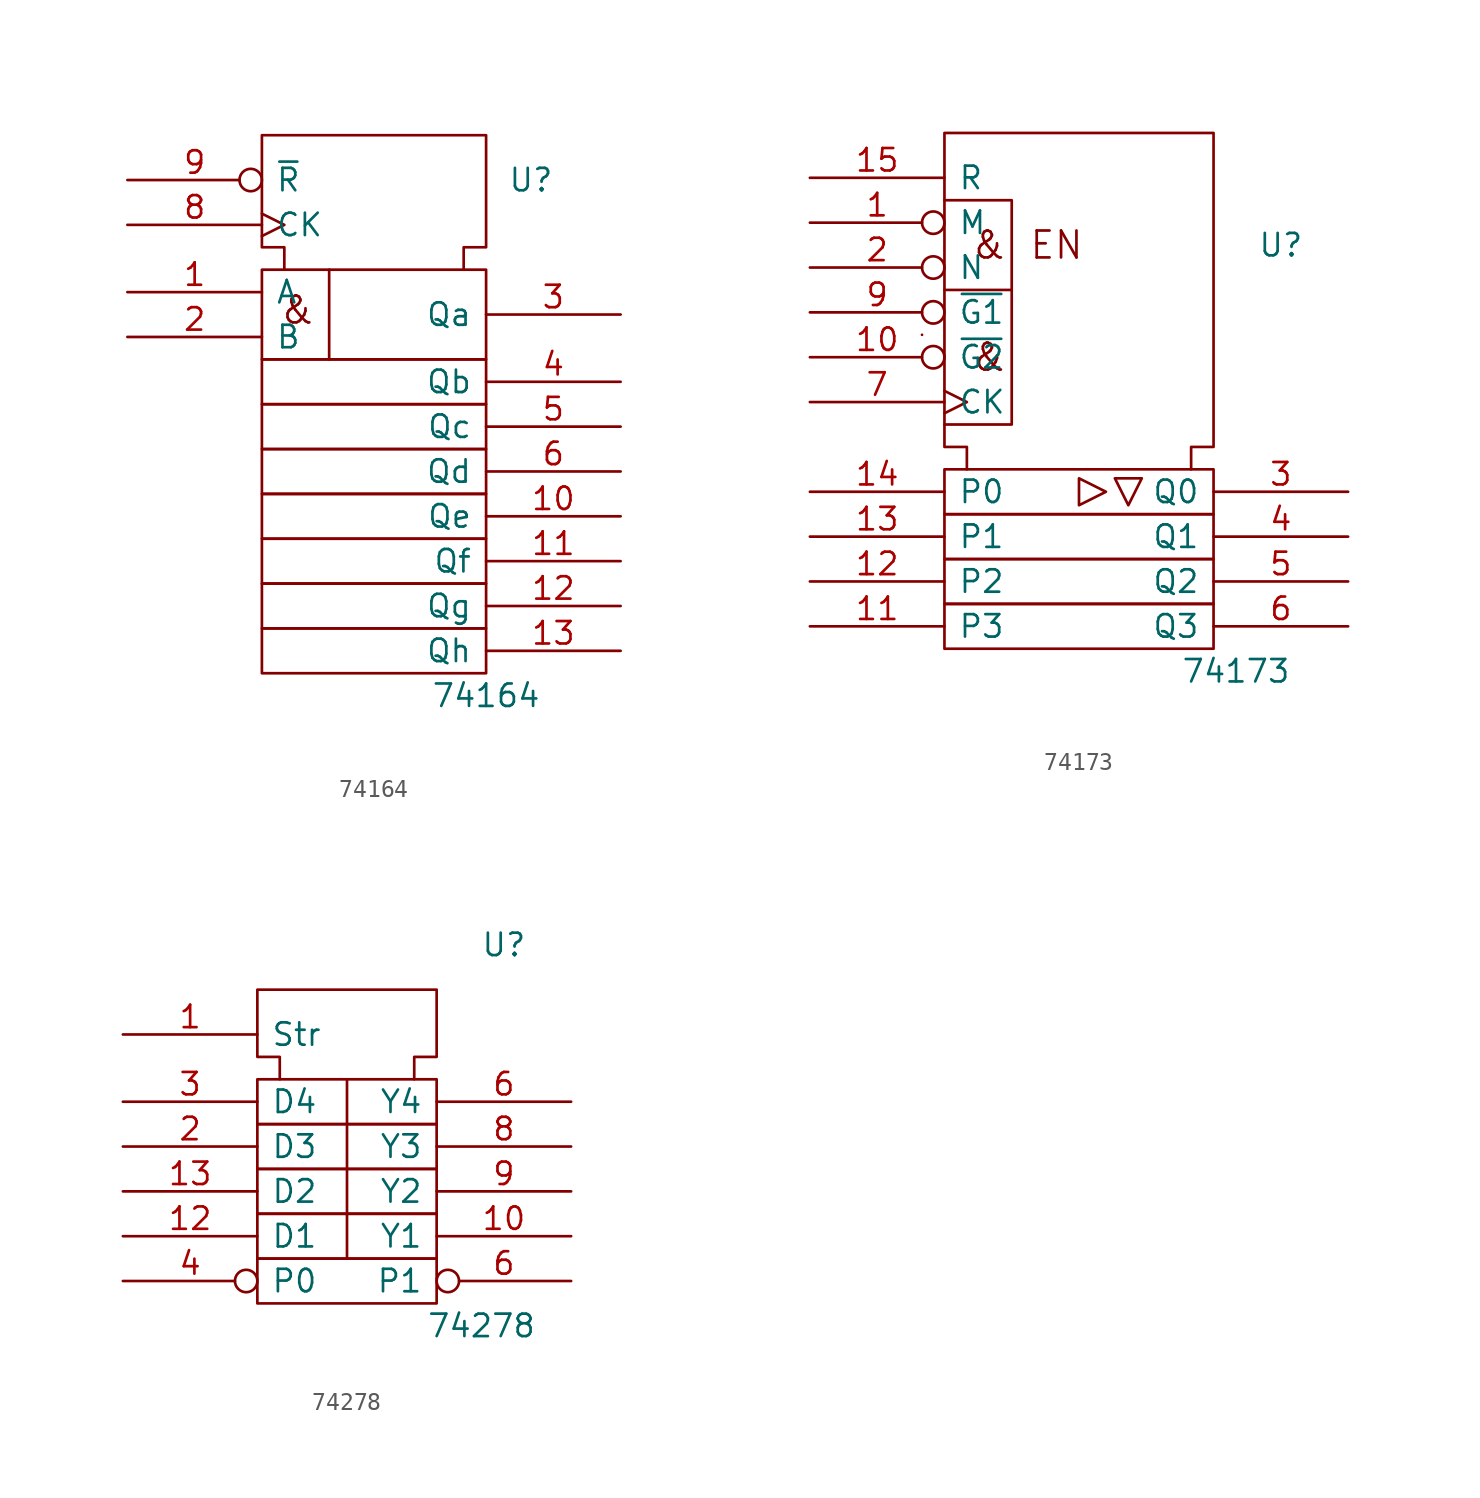
<source format=kicad_sym>
(kicad_symbol_lib
  (version 20201005)
  (generator kicad_symbol_editor)
  (symbol "74164"
    (pin_names
      (offset 0.762))
    (property "Reference" "U"
      (at 8.89 6.35 0)
      (effects (font (size 1.27 1.27))))
    (property "Value" "74164"
      (at 6.35 -22.86 0)
      (effects (font (size 1.27 1.27))))
    (symbol "74164_0_0"
      (text "&" (at -4.318 -1.016 0) (effects (font (size 1.524 1.524)))))
    (symbol "74164_0_1"
      (rectangle (start -6.35 -19.05) (end 6.35 -21.59) (stroke (width 0)) (fill (type none)))
      (rectangle (start -6.35 -16.51) (end 6.35 -19.05) (stroke (width 0)) (fill (type none)))
      (rectangle (start -6.35 -13.97) (end 6.35 -16.51) (stroke (width 0)) (fill (type none)))
      (rectangle (start -6.35 -11.43) (end 6.35 -13.97) (stroke (width 0)) (fill (type none)))
      (rectangle (start -6.35 -8.89) (end 6.35 -11.43) (stroke (width 0)) (fill (type none)))
      (rectangle (start -6.35 -6.35) (end 6.35 -8.89) (stroke (width 0)) (fill (type none)))
      (rectangle (start -6.35 -3.81) (end 6.35 -6.35) (stroke (width 0)) (fill (type none)))
      (rectangle (start -6.35 1.27) (end 6.35 -3.81) (stroke (width 0)) (fill (type none)))
      (polyline (pts (xy -2.54 1.27) (xy -2.54 -3.81) (xy -2.54 -3.81)) (stroke (width 0)) (fill (type none)))
      (polyline (pts (xy -5.08 1.27) (xy -5.08 2.54) (xy -6.35 2.54) (xy -6.35 8.89) (xy 6.35 8.89) (xy 6.35 2.54) (xy 5.08 2.54) (xy 5.08 1.27) (xy 5.08 1.27)) (stroke (width 0)) (fill (type none))))
    (symbol "74164_1_1"
      (pin input line (at -13.97 0 0) (length 7.62) (name "A" (effects (font (size 1.27 1.27)))) (number "1" (effects (font (size 1.27 1.27)))))
      (pin output line (at 13.97 -12.7 180) (length 7.62) (name "Qe" (effects (font (size 1.27 1.27)))) (number "10" (effects (font (size 1.27 1.27)))))
      (pin output line (at 13.97 -15.24 180) (length 7.62) (name "Qf" (effects (font (size 1.27 1.27)))) (number "11" (effects (font (size 1.27 1.27)))))
      (pin output line (at 13.97 -17.78 180) (length 7.62) (name "Qg" (effects (font (size 1.27 1.27)))) (number "12" (effects (font (size 1.27 1.27)))))
      (pin output line (at 13.97 -20.32 180) (length 7.62) (name "Qh" (effects (font (size 1.27 1.27)))) (number "13" (effects (font (size 1.27 1.27)))))
      (pin power_in line (at 5.08 8.89 270) (length 0) hide (name "Vdd" (effects (font (size 1.27 1.27)))) (number "14" (effects (font (size 1.27 1.27)))))
      (pin input line (at -13.97 -2.54 0) (length 7.62) (name "B" (effects (font (size 1.27 1.27)))) (number "2" (effects (font (size 1.27 1.27)))))
      (pin output line (at 13.97 -1.27 180) (length 7.62) (name "Qa" (effects (font (size 1.27 1.27)))) (number "3" (effects (font (size 1.27 1.27)))))
      (pin output line (at 13.97 -5.08 180) (length 7.62) (name "Qb" (effects (font (size 1.27 1.27)))) (number "4" (effects (font (size 1.27 1.27)))))
      (pin output line (at 13.97 -7.62 180) (length 7.62) (name "Qc" (effects (font (size 1.27 1.27)))) (number "5" (effects (font (size 1.27 1.27)))))
      (pin output line (at 13.97 -10.16 180) (length 7.62) (name "Qd" (effects (font (size 1.27 1.27)))) (number "6" (effects (font (size 1.27 1.27)))))
      (pin power_in line (at 0 8.89 270) (length 0) hide (name "Vss" (effects (font (size 1.27 1.27)))) (number "7" (effects (font (size 1.27 1.27)))))
      (pin input clock (at -13.97 3.81 0) (length 7.62) (name "CK" (effects (font (size 1.27 1.27)))) (number "8" (effects (font (size 1.27 1.27)))))
      (pin input inverted (at -13.97 6.35 0) (length 7.62) (name "~R" (effects (font (size 1.27 1.27)))) (number "9" (effects (font (size 1.27 1.27)))))))
  (symbol "74173"
    (pin_names
      (offset 0.762))
    (property "Reference" "U"
      (at 11.43 7.62 0)
      (effects (font (size 1.27 1.27))))
    (property "Value" "74173"
      (at 8.89 -16.51 0)
      (effects (font (size 1.27 1.27))))
    (symbol "74173_0_0"
      (text "&" (at -5.08 1.27 0) (effects (font (size 1.524 1.524))))
      (text "&" (at -5.08 7.62 0) (effects (font (size 1.524 1.524))))
      (text "EN" (at -1.27 7.62 0) (effects (font (size 1.524 1.524))))
      (polyline (pts (xy -8.89 2.54) (xy -8.89 2.54)) (stroke (width 0)) (fill (type none)))
      (polyline (pts (xy 0 -5.588) (xy 0 -7.112) (xy 1.524 -6.35) (xy 0 -5.588) (xy 0 -5.588)) (stroke (width 0)) (fill (type none)))
      (polyline (pts (xy 3.556 -5.588) (xy 2.032 -5.588) (xy 2.794 -7.112) (xy 3.556 -5.588) (xy 3.556 -5.588)) (stroke (width 0)) (fill (type none)))
      (polyline (pts (xy -7.62 10.16) (xy -3.81 10.16) (xy -3.81 5.08) (xy -7.62 5.08) (xy -3.81 5.08) (xy -3.81 -2.54) (xy -7.62 -2.54) (xy -7.62 -2.54)) (stroke (width 0)) (fill (type none)))
      (pin power_in line (at 5.08 13.97 270) (length 0) hide (name "VCC" (effects (font (size 1.27 1.27)))) (number "16" (effects (font (size 1.27 1.27)))))
      (pin power_in line (at 0 13.97 270) (length 0) hide (name "GND" (effects (font (size 1.27 1.27)))) (number "8" (effects (font (size 1.27 1.27))))))
    (symbol "74173_0_1"
      (rectangle (start -7.62 -12.7) (end 7.62 -15.24) (stroke (width 0)) (fill (type none)))
      (rectangle (start -7.62 -10.16) (end 7.62 -12.7) (stroke (width 0)) (fill (type none)))
      (rectangle (start -7.62 -7.62) (end 7.62 -10.16) (stroke (width 0)) (fill (type none)))
      (rectangle (start -7.62 -5.08) (end 7.62 -7.62) (stroke (width 0)) (fill (type none)))
      (polyline (pts (xy -6.35 -5.08) (xy -6.35 -3.81) (xy -7.62 -3.81) (xy -7.62 13.97) (xy 7.62 13.97) (xy 7.62 -3.81) (xy 6.35 -3.81) (xy 6.35 -5.08) (xy 6.35 -5.08)) (stroke (width 0)) (fill (type none))))
    (symbol "74173_1_1"
      (pin input inverted (at -15.24 8.89 0) (length 7.62) (name "M" (effects (font (size 1.27 1.27)))) (number "1" (effects (font (size 1.27 1.27)))))
      (pin input inverted (at -15.24 1.27 0) (length 7.62) (name "~G2" (effects (font (size 1.27 1.27)))) (number "10" (effects (font (size 1.27 1.27)))))
      (pin input line (at -15.24 -13.97 0) (length 7.62) (name "P3" (effects (font (size 1.27 1.27)))) (number "11" (effects (font (size 1.27 1.27)))))
      (pin input line (at -15.24 -11.43 0) (length 7.62) (name "P2" (effects (font (size 1.27 1.27)))) (number "12" (effects (font (size 1.27 1.27)))))
      (pin input line (at -15.24 -8.89 0) (length 7.62) (name "P1" (effects (font (size 1.27 1.27)))) (number "13" (effects (font (size 1.27 1.27)))))
      (pin input line (at -15.24 -6.35 0) (length 7.62) (name "P0" (effects (font (size 1.27 1.27)))) (number "14" (effects (font (size 1.27 1.27)))))
      (pin input line (at -15.24 11.43 0) (length 7.62) (name "R" (effects (font (size 1.27 1.27)))) (number "15" (effects (font (size 1.27 1.27)))))
      (pin input inverted (at -15.24 6.35 0) (length 7.62) (name "N" (effects (font (size 1.27 1.27)))) (number "2" (effects (font (size 1.27 1.27)))))
      (pin output line (at 15.24 -6.35 180) (length 7.62) (name "Q0" (effects (font (size 1.27 1.27)))) (number "3" (effects (font (size 1.27 1.27)))))
      (pin output line (at 15.24 -8.89 180) (length 7.62) (name "Q1" (effects (font (size 1.27 1.27)))) (number "4" (effects (font (size 1.27 1.27)))))
      (pin output line (at 15.24 -11.43 180) (length 7.62) (name "Q2" (effects (font (size 1.27 1.27)))) (number "5" (effects (font (size 1.27 1.27)))))
      (pin output line (at 15.24 -13.97 180) (length 7.62) (name "Q3" (effects (font (size 1.27 1.27)))) (number "6" (effects (font (size 1.27 1.27)))))
      (pin input clock (at -15.24 -1.27 0) (length 7.62) (name "CK" (effects (font (size 1.27 1.27)))) (number "7" (effects (font (size 1.27 1.27)))))
      (pin input inverted (at -15.24 3.81 0) (length 7.62) (name "~G1" (effects (font (size 1.27 1.27)))) (number "9" (effects (font (size 1.27 1.27)))))))
  (symbol "74278"
    (pin_names
      (offset 0.762))
    (property "Reference" "U"
      (at 8.89 10.16 0)
      (effects (font (size 1.27 1.27))))
    (property "Value" "74278"
      (at 7.62 -11.43 0)
      (effects (font (size 1.27 1.27))))
    (symbol "74278_0_0"
      (rectangle (start -5.08 -7.62) (end 5.08 -10.16) (stroke (width 0)) (fill (type none)))
      (rectangle (start -5.08 -5.08) (end 5.08 -7.62) (stroke (width 0)) (fill (type none)))
      (rectangle (start -5.08 -2.54) (end 5.08 -5.08) (stroke (width 0)) (fill (type none)))
      (rectangle (start -5.08 0) (end 5.08 -2.54) (stroke (width 0)) (fill (type none)))
      (rectangle (start -5.08 2.54) (end 5.08 0) (stroke (width 0)) (fill (type none)))
      (polyline (pts (xy 0 2.54) (xy 0 -7.62) (xy 0 -7.62)) (stroke (width 0)) (fill (type none)))
      (polyline (pts (xy -3.81 2.54) (xy -3.81 3.81) (xy -5.08 3.81) (xy -5.08 7.62) (xy 5.08 7.62) (xy 5.08 3.81) (xy 3.81 3.81) (xy 3.81 2.54) (xy 3.81 2.54)) (stroke (width 0)) (fill (type none)))
      (pin power_in line (at 3.81 7.62 270) (length 0) hide (name "VCC" (effects (font (size 1.27 1.27)))) (number "14" (effects (font (size 1.27 1.27)))))
      (pin power_in line (at 0 7.62 270) (length 0) hide (name "Gnd" (effects (font (size 1.27 1.27)))) (number "7" (effects (font (size 1.27 1.27))))))
    (symbol "74278_1_1"
      (pin input line (at -12.7 5.08 0) (length 7.62) (name "Str" (effects (font (size 1.27 1.27)))) (number "1" (effects (font (size 1.27 1.27)))))
      (pin output line (at 12.7 -6.35 180) (length 7.62) (name "Y1" (effects (font (size 1.27 1.27)))) (number "10" (effects (font (size 1.27 1.27)))))
      (pin input line (at -12.7 -6.35 0) (length 7.62) (name "D1" (effects (font (size 1.27 1.27)))) (number "12" (effects (font (size 1.27 1.27)))))
      (pin input line (at -12.7 -3.81 0) (length 7.62) (name "D2" (effects (font (size 1.27 1.27)))) (number "13" (effects (font (size 1.27 1.27)))))
      (pin input line (at -12.7 -1.27 0) (length 7.62) (name "D3" (effects (font (size 1.27 1.27)))) (number "2" (effects (font (size 1.27 1.27)))))
      (pin input line (at -12.7 1.27 0) (length 7.62) (name "D4" (effects (font (size 1.27 1.27)))) (number "3" (effects (font (size 1.27 1.27)))))
      (pin input inverted (at -12.7 -8.89 0) (length 7.62) (name "P0" (effects (font (size 1.27 1.27)))) (number "4" (effects (font (size 1.27 1.27)))))
      (pin output inverted (at 12.7 -8.89 180) (length 7.62) (name "P1" (effects (font (size 1.27 1.27)))) (number "6" (effects (font (size 1.27 1.27)))))
      (pin output line (at 12.7 1.27 180) (length 7.62) (name "Y4" (effects (font (size 1.27 1.27)))) (number "6" (effects (font (size 1.27 1.27)))))
      (pin output line (at 12.7 -1.27 180) (length 7.62) (name "Y3" (effects (font (size 1.27 1.27)))) (number "8" (effects (font (size 1.27 1.27)))))
      (pin output line (at 12.7 -3.81 180) (length 7.62) (name "Y2" (effects (font (size 1.27 1.27)))) (number "9" (effects (font (size 1.27 1.27))))))))
</source>
